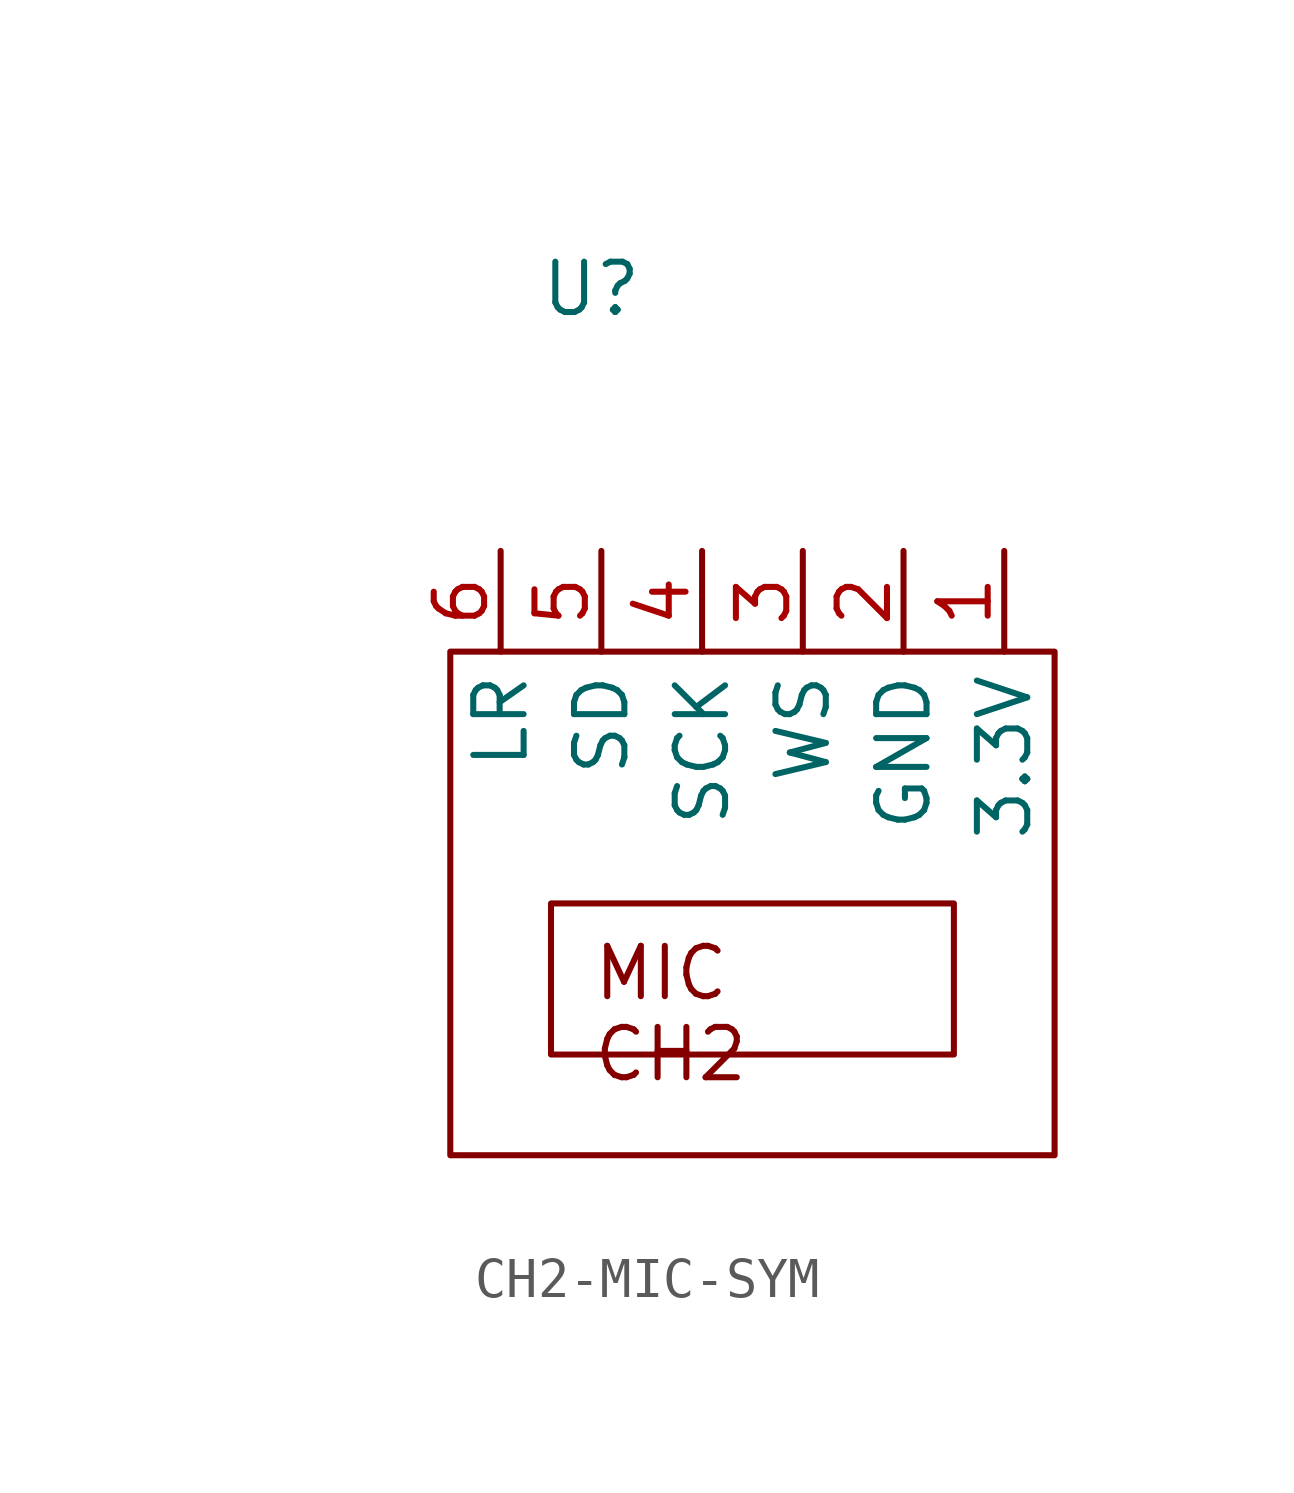
<source format=kicad_sym>
(kicad_symbol_lib
  (version 20241209)
  (generator "kicad_symbol_editor")
  (generator_version "9.0")
  (symbol "CH2-MIC-SYM"
    (property "Reference" "U"
      (at -4.064 15.494 0)
      (effects (font (size 1.27 1.27))))
    (property "Value" ""
      (at -12.7 10.16 0)
      (effects (font (size 1.27 1.27))))
    (symbol "CH2-MIC-SYM_0_1"
      (rectangle (start -7.62 6.35) (end 7.62 -6.35) (stroke (width 0) (type default)) (fill (type none))))
    (symbol "CH2-MIC-SYM_1_1"
      (text_box "MIC CH2\n" (at -5.08 0 0) (size 10.16 -3.81) (margins 1.016 1.016 1.016 1.016) (stroke (width 0) (type solid)) (fill (type none)) (effects (font (size 1.27 1.27)) (justify left top)))
      (pin bidirectional line (at -6.35 8.89 270) (length 2.54) (name "LR" (effects (font (size 1.27 1.27)))) (number "6" (effects (font (size 1.27 1.27)))))
      (pin bidirectional line (at -3.81 8.89 270) (length 2.54) (name "SD" (effects (font (size 1.27 1.27)))) (number "5" (effects (font (size 1.27 1.27)))))
      (pin bidirectional line (at -1.27 8.89 270) (length 2.54) (name "SCK" (effects (font (size 1.27 1.27)))) (number "4" (effects (font (size 1.27 1.27)))))
      (pin bidirectional line (at 1.27 8.89 270) (length 2.54) (name "WS" (effects (font (size 1.27 1.27)))) (number "3" (effects (font (size 1.27 1.27)))))
      (pin power_in line (at 3.81 8.89 270) (length 2.54) (name "GND" (effects (font (size 1.27 1.27)))) (number "2" (effects (font (size 1.27 1.27)))))
      (pin power_in line (at 6.35 8.89 270) (length 2.54) (name "3.3V" (effects (font (size 1.27 1.27)))) (number "1" (effects (font (size 1.27 1.27))))))))
</source>
